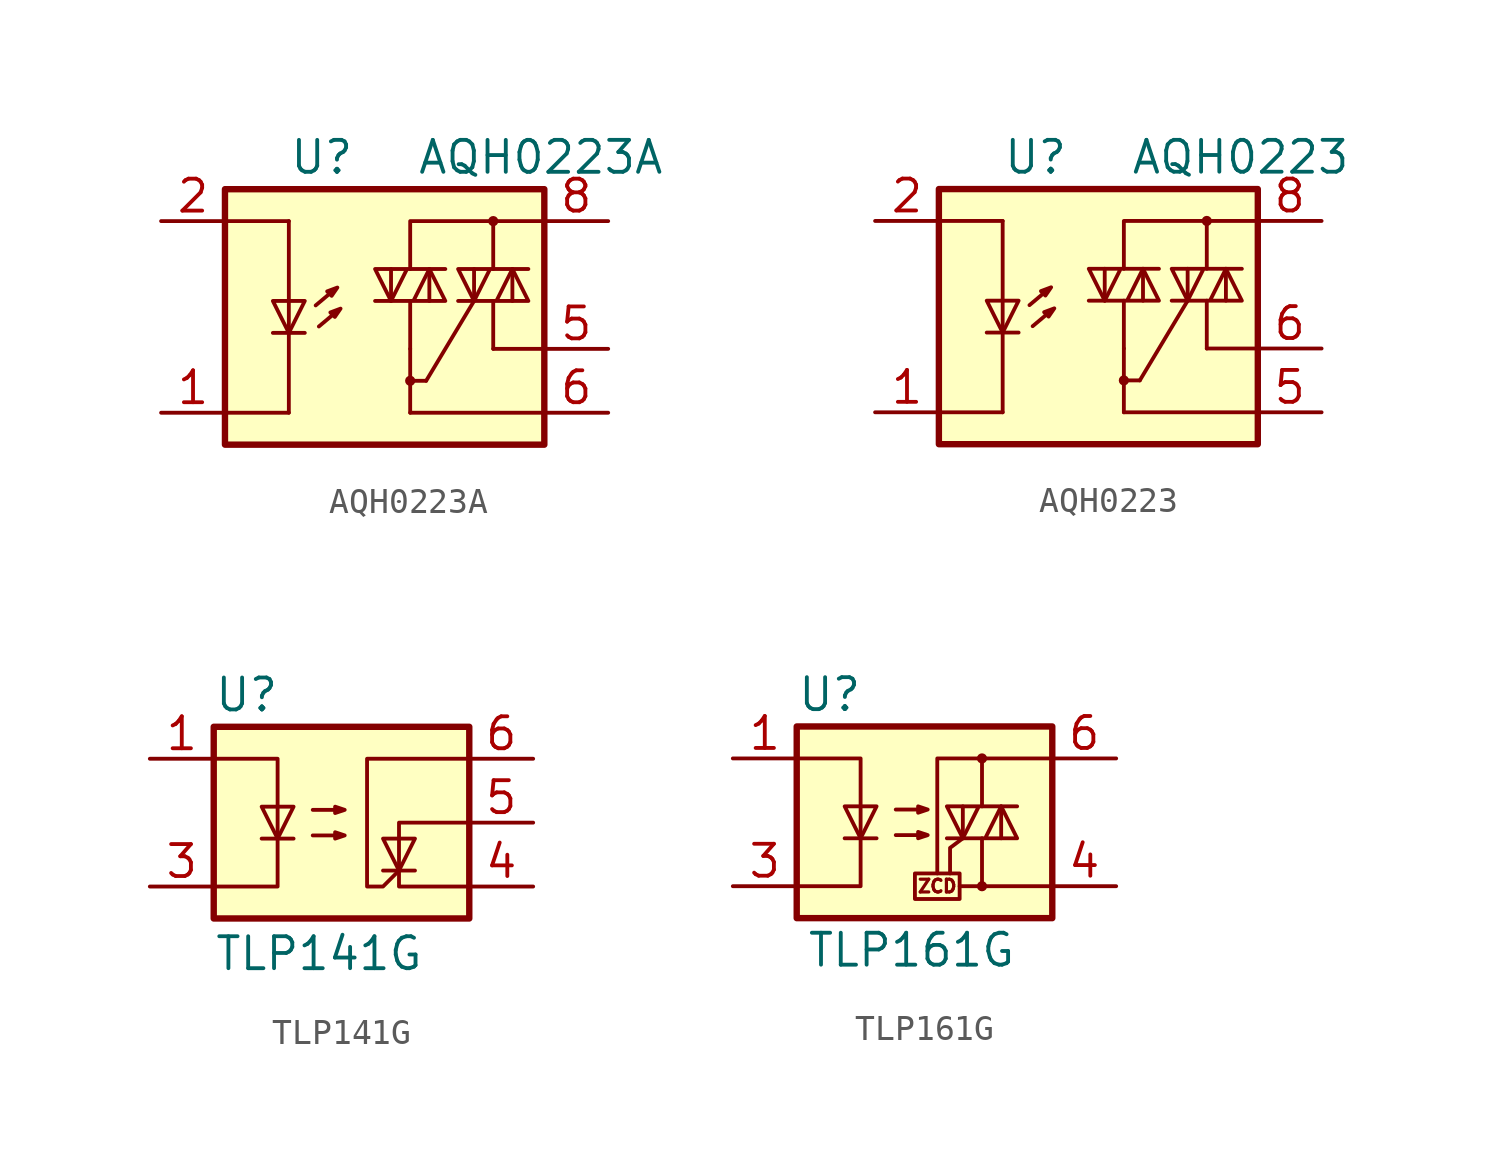
<source format=kicad_sym>
(kicad_symbol_lib
  (version 20201005)
  (generator kicad_symbol_editor)
  (symbol "Relay_SolidState:AQH0223A"
    (property "Reference" "U"
      (at -5.08 5.08 0)
      (effects (font (size 1.27 1.27)) (justify left)))
    (property "Value" "AQH0223A"
      (at 0 5.08 0)
      (effects (font (size 1.27 1.27)) (justify left)))
    (symbol "AQH0223A_1_1"
      (circle (center -0.254 -3.81) (radius 0.127) (stroke (width 0)) (fill (type none)))
      (circle (center 3.048 2.54) (radius 0.127) (stroke (width 0)) (fill (type none)))
      (rectangle (start -7.62 3.81) (end 5.08 -6.35) (stroke (width 0.254)) (fill (type background)))
      (polyline (pts (xy -5.715 -1.905) (xy -4.445 -1.905)) (stroke (width 0)) (fill (type none)))
      (polyline (pts (xy -5.08 -5.08) (xy -7.62 -5.08)) (stroke (width 0)) (fill (type none)))
      (polyline (pts (xy -5.08 -1.905) (xy -5.08 -5.08)) (stroke (width 0)) (fill (type none)))
      (polyline (pts (xy -5.08 -0.635) (xy -5.08 -1.905)) (stroke (width 0)) (fill (type none)))
      (polyline (pts (xy -5.08 -0.635) (xy -5.08 2.54)) (stroke (width 0)) (fill (type none)))
      (polyline (pts (xy -5.08 2.54) (xy -7.493 2.54)) (stroke (width 0)) (fill (type none)))
      (polyline (pts (xy -3.378 -0.279) (xy -4.013 -0.813)) (stroke (width 0)) (fill (type none)))
      (polyline (pts (xy -3.251 -1.118) (xy -3.886 -1.651)) (stroke (width 0)) (fill (type none)))
      (polyline (pts (xy -1.016 -0.635) (xy -1.016 0.635)) (stroke (width 0)) (fill (type none)))
      (polyline (pts (xy -0.254 -3.81) (xy 0.381 -3.81)) (stroke (width 0)) (fill (type none)))
      (polyline (pts (xy -0.254 -2.54) (xy -0.254 -5.08)) (stroke (width 0)) (fill (type none)))
      (polyline (pts (xy -0.254 -2.54) (xy -0.254 -0.635)) (stroke (width 0)) (fill (type none)))
      (polyline (pts (xy 0.381 -3.81) (xy 2.286 -0.635)) (stroke (width 0)) (fill (type none)))
      (polyline (pts (xy 0.508 0.635) (xy 0.508 -0.635)) (stroke (width 0)) (fill (type none)))
      (polyline (pts (xy 2.286 -0.635) (xy 2.286 0.635)) (stroke (width 0)) (fill (type none)))
      (polyline (pts (xy 3.048 -2.54) (xy 5.08 -2.54)) (stroke (width 0)) (fill (type none)))
      (polyline (pts (xy 3.048 -0.635) (xy 3.048 -2.54)) (stroke (width 0)) (fill (type none)))
      (polyline (pts (xy 3.048 2.54) (xy 3.048 0.635)) (stroke (width 0)) (fill (type none)))
      (polyline (pts (xy 3.81 0.635) (xy 3.81 -0.635)) (stroke (width 0)) (fill (type none)))
      (polyline (pts (xy 5.08 -5.08) (xy -0.254 -5.08)) (stroke (width 0)) (fill (type none)))
      (polyline (pts (xy 5.08 2.54) (xy 3.048 2.54)) (stroke (width 0)) (fill (type none)))
      (polyline (pts (xy 3.048 2.54) (xy -0.254 2.54) (xy -0.254 0.635)) (stroke (width 0)) (fill (type none)))
      (polyline (pts (xy -5.08 -1.905) (xy -5.715 -0.635) (xy -4.445 -0.635) (xy -5.08 -1.905)) (stroke (width 0)) (fill (type none)))
      (polyline (pts (xy -3.556 -0.254) (xy -3.378 -0.432) (xy -3.15 -0.102) (xy -3.556 -0.254)) (stroke (width 0)) (fill (type none)))
      (polyline (pts (xy -3.429 -1.092) (xy -3.251 -1.27) (xy -3.023 -0.94) (xy -3.429 -1.092)) (stroke (width 0)) (fill (type none)))
      (polyline (pts (xy -1.651 -0.635) (xy 1.143 -0.635) (xy 0.508 0.635) (xy -0.127 -0.635)) (stroke (width 0)) (fill (type none)))
      (polyline (pts (xy 1.143 0.635) (xy -1.651 0.635) (xy -1.016 -0.635) (xy -0.381 0.635)) (stroke (width 0)) (fill (type none)))
      (polyline (pts (xy 1.651 -0.635) (xy 4.445 -0.635) (xy 3.81 0.635) (xy 3.175 -0.635)) (stroke (width 0)) (fill (type none)))
      (polyline (pts (xy 4.445 0.635) (xy 1.651 0.635) (xy 2.286 -0.635) (xy 2.921 0.635)) (stroke (width 0)) (fill (type none)))
      (pin passive line (at -10.16 -5.08 0) (length 2.54) (name "~" (effects (font (size 1.27 1.27)))) (number "1" (effects (font (size 1.27 1.27)))))
      (pin passive line (at -10.16 2.54 0) (length 2.54) (name "~" (effects (font (size 1.27 1.27)))) (number "2" (effects (font (size 1.27 1.27)))))
      (pin passive line (at -10.16 -5.08 0) (length 2.54) hide (name "~" (effects (font (size 1.27 1.27)))) (number "3" (effects (font (size 1.27 1.27)))))
      (pin passive line (at -10.16 -5.08 0) (length 2.54) hide (name "~" (effects (font (size 1.27 1.27)))) (number "4" (effects (font (size 1.27 1.27)))))
      (pin passive line (at 7.62 -2.54 180) (length 2.54) (name "~" (effects (font (size 1.27 1.27)))) (number "5" (effects (font (size 1.27 1.27)))))
      (pin passive line (at 7.62 -5.08 180) (length 2.54) (name "~" (effects (font (size 1.27 1.27)))) (number "6" (effects (font (size 1.27 1.27)))))
      (pin passive line (at 7.62 2.54 180) (length 2.54) (name "~" (effects (font (size 1.27 1.27)))) (number "8" (effects (font (size 1.27 1.27)))))))
  (symbol "Relay_SolidState:AQH0223"
    (property "Reference" "U"
      (at -5.08 5.08 0)
      (effects (font (size 1.27 1.27)) (justify left)))
    (property "Value" "AQH0223"
      (at 0 5.08 0)
      (effects (font (size 1.27 1.27)) (justify left)))
    (symbol "AQH0223_0_1"
      (polyline (pts (xy 3.048 -2.54) (xy 5.08 -2.54)) (stroke (width 0)) (fill (type none)))
      (polyline (pts (xy 3.048 -0.635) (xy 3.048 -2.54)) (stroke (width 0)) (fill (type none))))
    (symbol "AQH0223_1_1"
      (circle (center -0.254 -3.81) (radius 0.127) (stroke (width 0)) (fill (type none)))
      (circle (center 3.048 2.54) (radius 0.127) (stroke (width 0)) (fill (type none)))
      (rectangle (start -7.62 3.81) (end 5.08 -6.35) (stroke (width 0.254)) (fill (type background)))
      (polyline (pts (xy -5.715 -1.905) (xy -4.445 -1.905)) (stroke (width 0)) (fill (type none)))
      (polyline (pts (xy -5.08 -5.08) (xy -7.62 -5.08)) (stroke (width 0)) (fill (type none)))
      (polyline (pts (xy -5.08 -1.905) (xy -5.08 -5.08)) (stroke (width 0)) (fill (type none)))
      (polyline (pts (xy -5.08 -0.635) (xy -5.08 -1.905)) (stroke (width 0)) (fill (type none)))
      (polyline (pts (xy -5.08 -0.635) (xy -5.08 2.54)) (stroke (width 0)) (fill (type none)))
      (polyline (pts (xy -5.08 2.54) (xy -7.493 2.54)) (stroke (width 0)) (fill (type none)))
      (polyline (pts (xy -3.378 -0.279) (xy -4.013 -0.813)) (stroke (width 0)) (fill (type none)))
      (polyline (pts (xy -3.251 -1.118) (xy -3.886 -1.651)) (stroke (width 0)) (fill (type none)))
      (polyline (pts (xy -1.016 -0.635) (xy -1.016 0.635)) (stroke (width 0)) (fill (type none)))
      (polyline (pts (xy -0.254 -3.81) (xy 0.381 -3.81)) (stroke (width 0)) (fill (type none)))
      (polyline (pts (xy -0.254 -2.54) (xy -0.254 -5.08)) (stroke (width 0)) (fill (type none)))
      (polyline (pts (xy -0.254 -2.54) (xy -0.254 -0.635)) (stroke (width 0)) (fill (type none)))
      (polyline (pts (xy 0.381 -3.81) (xy 2.286 -0.635)) (stroke (width 0)) (fill (type none)))
      (polyline (pts (xy 0.508 0.635) (xy 0.508 -0.635)) (stroke (width 0)) (fill (type none)))
      (polyline (pts (xy 2.286 -0.635) (xy 2.286 0.635)) (stroke (width 0)) (fill (type none)))
      (polyline (pts (xy 3.048 2.54) (xy 3.048 0.635)) (stroke (width 0)) (fill (type none)))
      (polyline (pts (xy 3.81 0.635) (xy 3.81 -0.635)) (stroke (width 0)) (fill (type none)))
      (polyline (pts (xy 5.08 -5.08) (xy -0.254 -5.08)) (stroke (width 0)) (fill (type none)))
      (polyline (pts (xy 5.08 2.54) (xy 3.048 2.54)) (stroke (width 0)) (fill (type none)))
      (polyline (pts (xy 3.048 2.54) (xy -0.254 2.54) (xy -0.254 0.635)) (stroke (width 0)) (fill (type none)))
      (polyline (pts (xy -5.08 -1.905) (xy -5.715 -0.635) (xy -4.445 -0.635) (xy -5.08 -1.905)) (stroke (width 0)) (fill (type none)))
      (polyline (pts (xy -3.556 -0.254) (xy -3.378 -0.432) (xy -3.15 -0.102) (xy -3.556 -0.254)) (stroke (width 0)) (fill (type none)))
      (polyline (pts (xy -3.429 -1.092) (xy -3.251 -1.27) (xy -3.023 -0.94) (xy -3.429 -1.092)) (stroke (width 0)) (fill (type none)))
      (polyline (pts (xy -1.651 -0.635) (xy 1.143 -0.635) (xy 0.508 0.635) (xy -0.127 -0.635)) (stroke (width 0)) (fill (type none)))
      (polyline (pts (xy 1.143 0.635) (xy -1.651 0.635) (xy -1.016 -0.635) (xy -0.381 0.635)) (stroke (width 0)) (fill (type none)))
      (polyline (pts (xy 1.651 -0.635) (xy 4.445 -0.635) (xy 3.81 0.635) (xy 3.175 -0.635)) (stroke (width 0)) (fill (type none)))
      (polyline (pts (xy 4.445 0.635) (xy 1.651 0.635) (xy 2.286 -0.635) (xy 2.921 0.635)) (stroke (width 0)) (fill (type none)))
      (pin passive line (at -10.16 -5.08 0) (length 2.54) (name "~" (effects (font (size 1.27 1.27)))) (number "1" (effects (font (size 1.27 1.27)))))
      (pin passive line (at -10.16 2.54 0) (length 2.54) (name "~" (effects (font (size 1.27 1.27)))) (number "2" (effects (font (size 1.27 1.27)))))
      (pin passive line (at -10.16 -5.08 0) (length 2.54) hide (name "~" (effects (font (size 1.27 1.27)))) (number "3" (effects (font (size 1.27 1.27)))))
      (pin passive line (at -10.16 -5.08 0) (length 2.54) hide (name "~" (effects (font (size 1.27 1.27)))) (number "4" (effects (font (size 1.27 1.27)))))
      (pin passive line (at 7.62 -5.08 180) (length 2.54) (name "~" (effects (font (size 1.27 1.27)))) (number "5" (effects (font (size 1.27 1.27)))))
      (pin passive line (at 7.62 -2.54 180) (length 2.54) (name "~" (effects (font (size 1.27 1.27)))) (number "6" (effects (font (size 1.27 1.27)))))
      (pin passive line (at 7.62 2.54 180) (length 2.54) (name "~" (effects (font (size 1.27 1.27)))) (number "8" (effects (font (size 1.27 1.27)))))))
  (symbol "Relay_SolidState:TLP141G"
    (property "Reference" "U"
      (at -5.08 5.08 0)
      (effects (font (size 1.27 1.27)) (justify left)))
    (property "Value" "TLP141G"
      (at -5.08 -5.207 0)
      (effects (font (size 1.27 1.27)) (justify left)))
    (symbol "TLP141G_0_1"
      (rectangle (start -5.08 3.81) (end 5.08 -3.81) (stroke (width 0.254)) (fill (type background)))
      (polyline (pts (xy -3.175 -0.635) (xy -1.905 -0.635)) (stroke (width 0)) (fill (type none)))
      (polyline (pts (xy 1.651 -1.905) (xy 2.921 -1.905)) (stroke (width 0)) (fill (type none)))
      (polyline (pts (xy -5.08 2.54) (xy -2.54 2.54) (xy -2.54 -2.54) (xy -5.08 -2.54)) (stroke (width 0)) (fill (type none)))
      (polyline (pts (xy -2.54 -0.635) (xy -3.175 0.635) (xy -1.905 0.635) (xy -2.54 -0.635)) (stroke (width 0)) (fill (type none)))
      (polyline (pts (xy 2.921 -0.635) (xy 1.651 -0.635) (xy 2.286 -1.905) (xy 2.921 -0.635)) (stroke (width 0)) (fill (type none)))
      (polyline (pts (xy 5.08 0) (xy 2.286 0) (xy 2.286 -2.54) (xy 5.08 -2.54)) (stroke (width 0)) (fill (type none)))
      (polyline (pts (xy -1.143 -0.508) (xy 0.127 -0.508) (xy -0.254 -0.635) (xy -0.254 -0.381) (xy 0.127 -0.508)) (stroke (width 0)) (fill (type none)))
      (polyline (pts (xy -1.143 0.508) (xy 0.127 0.508) (xy -0.254 0.381) (xy -0.254 0.635) (xy 0.127 0.508)) (stroke (width 0)) (fill (type none)))
      (polyline (pts (xy 2.286 -1.905) (xy 1.651 -2.54) (xy 1.016 -2.54) (xy 1.016 2.54) (xy 5.08 2.54)) (stroke (width 0)) (fill (type none))))
    (symbol "TLP141G_1_1"
      (pin passive line (at -7.62 2.54 0) (length 2.54) (name "~" (effects (font (size 1.27 1.27)))) (number "1" (effects (font (size 1.27 1.27)))))
      (pin passive line (at -7.62 -2.54 0) (length 2.54) (name "~" (effects (font (size 1.27 1.27)))) (number "3" (effects (font (size 1.27 1.27)))))
      (pin passive line (at 7.62 -2.54 180) (length 2.54) (name "~" (effects (font (size 1.27 1.27)))) (number "4" (effects (font (size 1.27 1.27)))))
      (pin passive line (at 7.62 0 180) (length 2.54) (name "~" (effects (font (size 1.27 1.27)))) (number "5" (effects (font (size 1.27 1.27)))))
      (pin passive line (at 7.62 2.54 180) (length 2.54) (name "~" (effects (font (size 1.27 1.27)))) (number "6" (effects (font (size 1.27 1.27)))))))
  (symbol "Relay_SolidState:TLP161G"
    (property "Reference" "U"
      (at -5.08 5.08 0)
      (effects (font (size 1.27 1.27)) (justify left)))
    (property "Value" "TLP161G"
      (at -4.699 -5.08 0)
      (effects (font (size 1.27 1.27)) (justify left)))
    (symbol "TLP161G_0_0"
      (text "ZCD" (at 0.508 -2.54 0) (effects (font (size 0.508 0.508))))
      (rectangle (start -0.381 -2.032) (end 1.397 -3.048) (stroke (width 0)) (fill (type none)))
      (polyline (pts (xy 2.286 -2.54) (xy 1.397 -2.54)) (stroke (width 0)) (fill (type none)))
      (polyline (pts (xy 1.524 -0.635) (xy 1.016 -1.016) (xy 1.016 -2.032)) (stroke (width 0)) (fill (type none))))
    (symbol "TLP161G_0_1"
      (circle (center 2.286 -2.54) (radius 0.127) (stroke (width 0)) (fill (type none)))
      (circle (center 2.286 2.54) (radius 0.127) (stroke (width 0)) (fill (type none)))
      (rectangle (start -5.08 3.81) (end 5.08 -3.81) (stroke (width 0.254)) (fill (type background)))
      (polyline (pts (xy -3.175 -0.635) (xy -1.905 -0.635)) (stroke (width 0)) (fill (type none)))
      (polyline (pts (xy 1.524 -0.635) (xy 1.524 0.635)) (stroke (width 0)) (fill (type none)))
      (polyline (pts (xy 3.048 0.635) (xy 3.048 -0.635)) (stroke (width 0)) (fill (type none)))
      (polyline (pts (xy 2.286 -0.635) (xy 2.286 -2.54) (xy 5.08 -2.54)) (stroke (width 0)) (fill (type none)))
      (polyline (pts (xy 2.286 0.635) (xy 2.286 2.54) (xy 5.08 2.54)) (stroke (width 0)) (fill (type none)))
      (polyline (pts (xy 2.286 2.54) (xy 0.508 2.54) (xy 0.508 -2.032)) (stroke (width 0)) (fill (type none)))
      (polyline (pts (xy -5.08 2.54) (xy -2.54 2.54) (xy -2.54 -2.54) (xy -5.08 -2.54)) (stroke (width 0)) (fill (type none)))
      (polyline (pts (xy -2.54 -0.635) (xy -3.175 0.635) (xy -1.905 0.635) (xy -2.54 -0.635)) (stroke (width 0)) (fill (type none)))
      (polyline (pts (xy 0.889 -0.635) (xy 3.683 -0.635) (xy 3.048 0.635) (xy 2.413 -0.635)) (stroke (width 0)) (fill (type none)))
      (polyline (pts (xy 3.683 0.635) (xy 0.889 0.635) (xy 1.524 -0.635) (xy 2.159 0.635)) (stroke (width 0)) (fill (type none)))
      (polyline (pts (xy -1.143 -0.508) (xy 0.127 -0.508) (xy -0.254 -0.635) (xy -0.254 -0.381) (xy 0.127 -0.508)) (stroke (width 0)) (fill (type none)))
      (polyline (pts (xy -1.143 0.508) (xy 0.127 0.508) (xy -0.254 0.381) (xy -0.254 0.635) (xy 0.127 0.508)) (stroke (width 0)) (fill (type none))))
    (symbol "TLP161G_1_1"
      (pin passive line (at -7.62 2.54 0) (length 2.54) (name "~" (effects (font (size 1.27 1.27)))) (number "1" (effects (font (size 1.27 1.27)))))
      (pin passive line (at -7.62 -2.54 0) (length 2.54) (name "~" (effects (font (size 1.27 1.27)))) (number "3" (effects (font (size 1.27 1.27)))))
      (pin passive line (at 7.62 -2.54 180) (length 2.54) (name "~" (effects (font (size 1.27 1.27)))) (number "4" (effects (font (size 1.27 1.27)))))
      (pin passive line (at 7.62 2.54 180) (length 2.54) (name "~" (effects (font (size 1.27 1.27)))) (number "6" (effects (font (size 1.27 1.27))))))))
</source>
